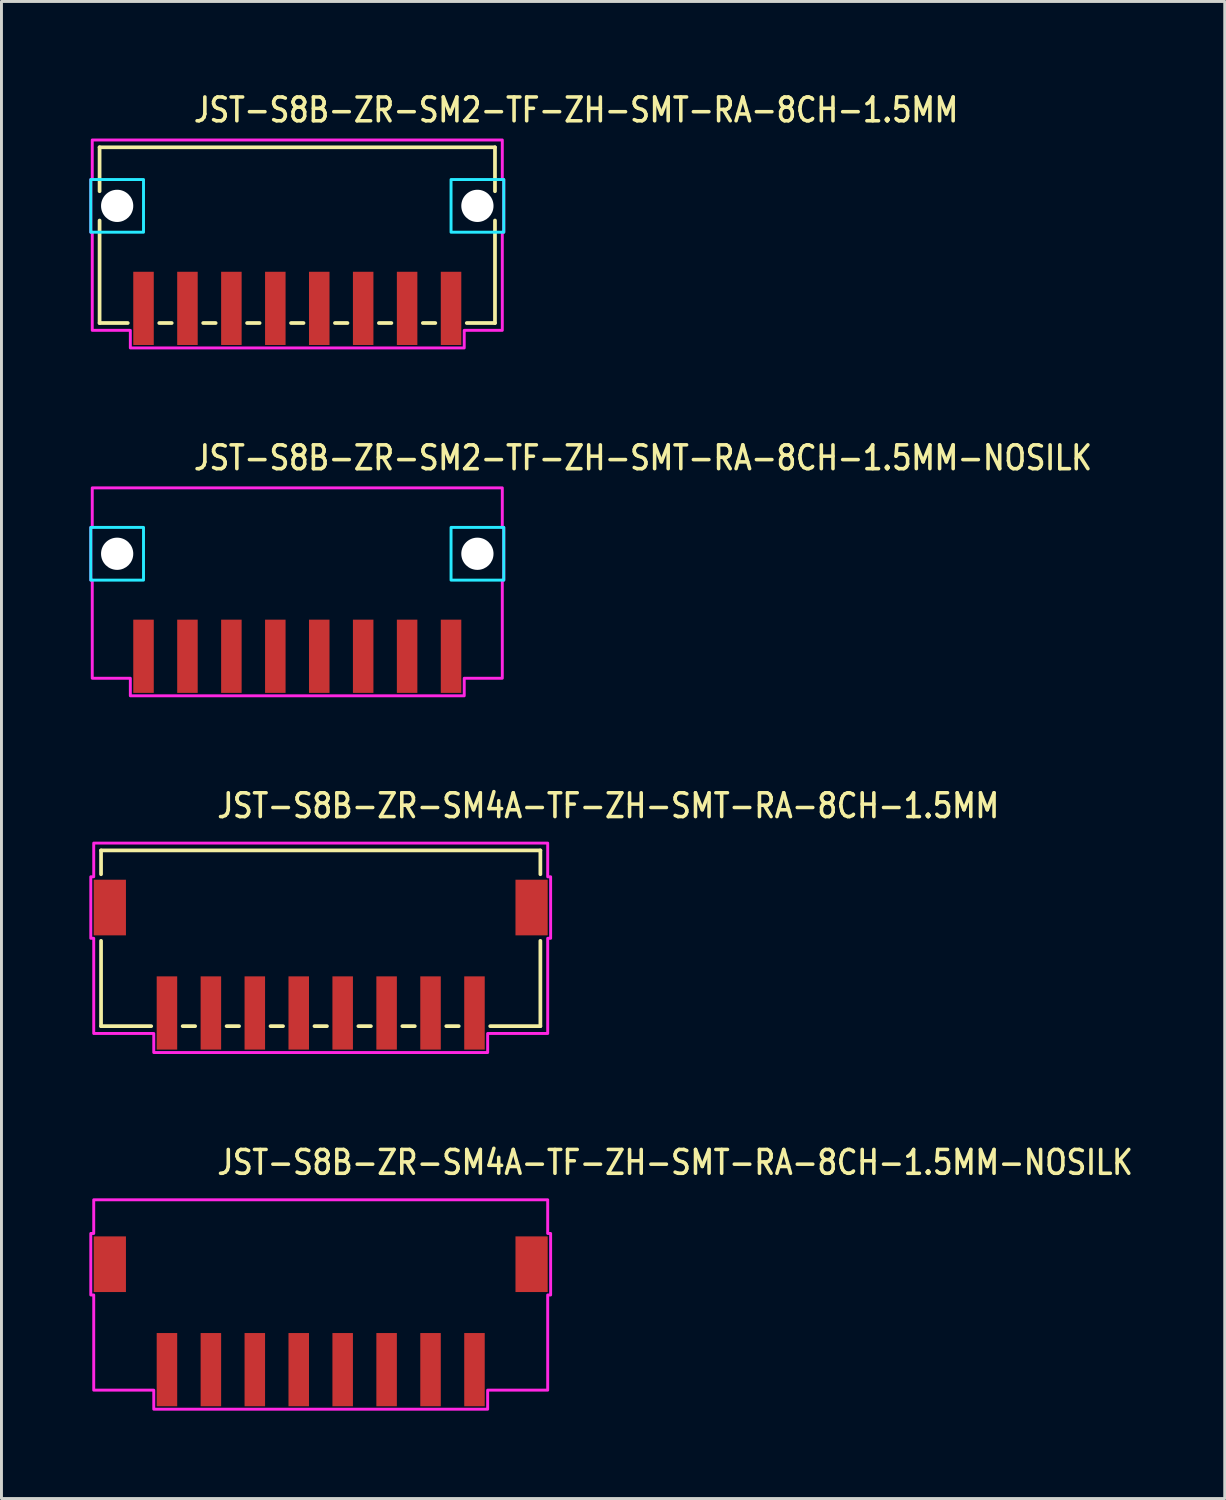
<source format=kicad_pcb>
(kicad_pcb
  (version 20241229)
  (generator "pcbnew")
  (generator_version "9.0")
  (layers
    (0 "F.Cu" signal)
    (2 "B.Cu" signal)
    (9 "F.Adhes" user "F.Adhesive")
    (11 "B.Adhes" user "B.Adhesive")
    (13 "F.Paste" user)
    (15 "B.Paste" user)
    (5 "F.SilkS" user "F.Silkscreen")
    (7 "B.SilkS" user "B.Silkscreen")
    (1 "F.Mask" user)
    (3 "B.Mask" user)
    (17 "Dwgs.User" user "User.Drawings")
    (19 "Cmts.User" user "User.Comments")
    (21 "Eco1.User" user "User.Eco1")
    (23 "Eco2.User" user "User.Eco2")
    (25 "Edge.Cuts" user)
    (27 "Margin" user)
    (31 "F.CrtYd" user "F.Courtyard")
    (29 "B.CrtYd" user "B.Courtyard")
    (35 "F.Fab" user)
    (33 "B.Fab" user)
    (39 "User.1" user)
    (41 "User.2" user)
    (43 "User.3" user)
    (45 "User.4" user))
  (footprint "JST-S8B-ZR-SM4A-TF-ZH-SMT-RA-8CH-1.5MM-NOSILK"
    (layer "F.Cu")
    (at 7.9 40.114)
    (property "Reference" "JST-S8B-ZR-SM4A-TF-ZH-SMT-RA-8CH-1.5MM-NOSILK" (at -3.6 -3 0) (unlocked yes) (layer "F.SilkS") (effects (font (size 0.813 0.695) (thickness 0.122)) (justify left bottom)))
    (fp_poly (pts (xy -7.75 -2.2) (xy -7.75 -1.05) (xy -7.85 -1.05) (xy -7.85 1.05) (xy -7.75 1.05) (xy -7.75 4.3) (xy -5.7 4.3) (xy -5.7 4.95) (xy 5.7 4.95) (xy 5.7 4.3) (xy 7.75 4.3) (xy 7.75 1.05) (xy 7.85 1.05) (xy 7.85 -1.05) (xy 7.75 -1.05) (xy 7.75 -2.2)) (stroke (width 0.1) (type solid)) (fill no) (layer "F.CrtYd"))
    (pad "P$1" smd rect (at 5.25 3.6) (size 0.7 2.5) (layers "F.Cu" "F.Mask" "F.Paste"))
    (pad "P$2" smd rect (at 3.75 3.6) (size 0.7 2.5) (layers "F.Cu" "F.Mask" "F.Paste"))
    (pad "P$3" smd rect (at 2.25 3.6) (size 0.7 2.5) (layers "F.Cu" "F.Mask" "F.Paste"))
    (pad "P$4" smd rect (at 0.75 3.6) (size 0.7 2.5) (layers "F.Cu" "F.Mask" "F.Paste"))
    (pad "P$5" smd rect (at -0.75 3.6) (size 0.7 2.5) (layers "F.Cu" "F.Mask" "F.Paste"))
    (pad "P$6" smd rect (at -2.25 3.6) (size 0.7 2.5) (layers "F.Cu" "F.Mask" "F.Paste"))
    (pad "P$7" smd rect (at -3.75 3.6) (size 0.7 2.5) (layers "F.Cu" "F.Mask" "F.Paste"))
    (pad "P$8" smd rect (at -5.25 3.6) (size 0.7 2.5) (layers "F.Cu" "F.Mask" "F.Paste"))
    (pad "S$1" smd rect (at -7.2 0) (size 1.1 1.9) (layers "F.Cu" "F.Mask" "F.Paste"))
    (pad "S$2" smd rect (at 7.2 0) (size 1.1 1.9) (layers "F.Cu" "F.Mask" "F.Paste")))
  (footprint "JST-S8B-ZR-SM4A-TF-ZH-SMT-RA-8CH-1.5MM"
    (layer "F.Cu")
    (at 7.9 27.936)
    (property "Reference" "JST-S8B-ZR-SM4A-TF-ZH-SMT-RA-8CH-1.5MM" (at -3.6 -3 0) (unlocked yes) (layer "F.SilkS") (effects (font (size 0.813 0.695) (thickness 0.122)) (justify left bottom)))
    (fp_line (start -7.5 -1.95) (end -7.5 -1.137) (stroke (width 0.127) (type solid)) (layer "F.SilkS"))
    (fp_line (start -7.5 -1.95) (end 7.5 -1.95) (stroke (width 0.127) (type solid)) (layer "F.SilkS"))
    (fp_line (start -7.5 4.05) (end -7.5 1.137) (stroke (width 0.127) (type solid)) (layer "F.SilkS"))
    (fp_line (start -7.5 4.05) (end -5.787 4.05) (stroke (width 0.127) (type solid)) (layer "F.SilkS"))
    (fp_line (start -4.713 4.05) (end -4.287 4.05) (stroke (width 0.127) (type solid)) (layer "F.SilkS"))
    (fp_line (start -3.213 4.05) (end -2.787 4.05) (stroke (width 0.127) (type solid)) (layer "F.SilkS"))
    (fp_line (start -1.714 4.05) (end -1.286 4.05) (stroke (width 0.127) (type solid)) (layer "F.SilkS"))
    (fp_line (start -0.213 4.05) (end 0.213 4.05) (stroke (width 0.127) (type solid)) (layer "F.SilkS"))
    (fp_line (start 1.286 4.05) (end 1.714 4.05) (stroke (width 0.127) (type solid)) (layer "F.SilkS"))
    (fp_line (start 2.787 4.05) (end 3.213 4.05) (stroke (width 0.127) (type solid)) (layer "F.SilkS"))
    (fp_line (start 4.287 4.05) (end 4.713 4.05) (stroke (width 0.127) (type solid)) (layer "F.SilkS"))
    (fp_line (start 5.787 4.05) (end 7.5 4.05) (stroke (width 0.127) (type solid)) (layer "F.SilkS"))
    (fp_line (start 7.5 -1.137) (end 7.5 -1.95) (stroke (width 0.127) (type solid)) (layer "F.SilkS"))
    (fp_line (start 7.5 1.137) (end 7.5 4.05) (stroke (width 0.127) (type solid)) (layer "F.SilkS"))
    (fp_poly (pts (xy -7.75 -2.2) (xy -7.75 -1.05) (xy -7.85 -1.05) (xy -7.85 1.05) (xy -7.75 1.05) (xy -7.75 4.3) (xy -5.7 4.3) (xy -5.7 4.95) (xy 5.7 4.95) (xy 5.7 4.3) (xy 7.75 4.3) (xy 7.75 1.05) (xy 7.85 1.05) (xy 7.85 -1.05) (xy 7.75 -1.05) (xy 7.75 -2.2)) (stroke (width 0.1) (type solid)) (fill no) (layer "F.CrtYd"))
    (pad "P$1" smd rect (at 5.25 3.6) (size 0.7 2.5) (layers "F.Cu" "F.Mask" "F.Paste"))
    (pad "P$2" smd rect (at 3.75 3.6) (size 0.7 2.5) (layers "F.Cu" "F.Mask" "F.Paste"))
    (pad "P$3" smd rect (at 2.25 3.6) (size 0.7 2.5) (layers "F.Cu" "F.Mask" "F.Paste"))
    (pad "P$4" smd rect (at 0.75 3.6) (size 0.7 2.5) (layers "F.Cu" "F.Mask" "F.Paste"))
    (pad "P$5" smd rect (at -0.75 3.6) (size 0.7 2.5) (layers "F.Cu" "F.Mask" "F.Paste"))
    (pad "P$6" smd rect (at -2.25 3.6) (size 0.7 2.5) (layers "F.Cu" "F.Mask" "F.Paste"))
    (pad "P$7" smd rect (at -3.75 3.6) (size 0.7 2.5) (layers "F.Cu" "F.Mask" "F.Paste"))
    (pad "P$8" smd rect (at -5.25 3.6) (size 0.7 2.5) (layers "F.Cu" "F.Mask" "F.Paste"))
    (pad "S$1" smd rect (at -7.2 0) (size 1.1 1.9) (layers "F.Cu" "F.Mask" "F.Paste"))
    (pad "S$2" smd rect (at 7.2 0) (size 1.1 1.9) (layers "F.Cu" "F.Mask" "F.Paste")))
  (footprint "JST-S8B-ZR-SM2-TF-ZH-SMT-RA-8CH-1.5MM"
    (layer "F.Cu")
    (at 7.1 3.979)
    (property "Reference" "JST-S8B-ZR-SM2-TF-ZH-SMT-RA-8CH-1.5MM" (at -3.6 -2.8 0) (unlocked yes) (layer "F.SilkS") (effects (font (size 0.813 0.695) (thickness 0.122)) (justify left bottom)))
    (fp_line (start -6.75 -2) (end -6.75 -0.5) (stroke (width 0.127) (type solid)) (layer "F.SilkS"))
    (fp_line (start -6.75 -2) (end 6.75 -2) (stroke (width 0.127) (type solid)) (layer "F.SilkS"))
    (fp_line (start -6.75 4) (end -6.75 0.5) (stroke (width 0.127) (type solid)) (layer "F.SilkS"))
    (fp_line (start -6.75 4) (end -5.787 4) (stroke (width 0.127) (type solid)) (layer "F.SilkS"))
    (fp_line (start -4.713 4) (end -4.287 4) (stroke (width 0.127) (type solid)) (layer "F.SilkS"))
    (fp_line (start -3.213 4) (end -2.787 4) (stroke (width 0.127) (type solid)) (layer "F.SilkS"))
    (fp_line (start -1.714 4) (end -1.286 4) (stroke (width 0.127) (type solid)) (layer "F.SilkS"))
    (fp_line (start -0.213 4) (end 0.213 4) (stroke (width 0.127) (type solid)) (layer "F.SilkS"))
    (fp_line (start 1.286 4) (end 1.714 4) (stroke (width 0.127) (type solid)) (layer "F.SilkS"))
    (fp_line (start 2.787 4) (end 3.213 4) (stroke (width 0.127) (type solid)) (layer "F.SilkS"))
    (fp_line (start 4.287 4) (end 4.713 4) (stroke (width 0.127) (type solid)) (layer "F.SilkS"))
    (fp_line (start 5.787 4) (end 6.75 4) (stroke (width 0.127) (type solid)) (layer "F.SilkS"))
    (fp_line (start 6.75 -0.5) (end 6.75 -2) (stroke (width 0.127) (type solid)) (layer "F.SilkS"))
    (fp_line (start 6.75 0.5) (end 6.75 4) (stroke (width 0.127) (type solid)) (layer "F.SilkS"))
    (fp_poly (pts (xy -7.05 -0.9) (xy -7.05 0.9) (xy -5.25 0.9) (xy -5.25 -0.9)) (stroke (width 0.1) (type solid)) (fill no) (layer "B.CrtYd"))
    (fp_poly (pts (xy 7.05 -0.9) (xy 7.05 0.9) (xy 5.25 0.9) (xy 5.25 -0.9)) (stroke (width 0.1) (type solid)) (fill no) (layer "B.CrtYd"))
    (fp_poly (pts (xy -7 -2.25) (xy -7 -0.9) (xy -7.05 -0.9) (xy -7.05 0.9) (xy -7 0.9) (xy -7 4.25) (xy -5.7 4.25) (xy -5.7 4.85) (xy 5.7 4.85) (xy 5.7 4.25) (xy 7 4.25) (xy 7 0.9) (xy 7.05 0.9) (xy 7.05 -0.9) (xy 7 -0.9) (xy 7 -2.25)) (stroke (width 0.1) (type solid)) (fill no) (layer "F.CrtYd"))
    (pad "" np_thru_hole circle (at -6.15 0) (size 1.1 1.1) (drill 1.1) (layers "*.Cu" "*.Mask"))
    (pad "" np_thru_hole circle (at 6.15 0) (size 1.1 1.1) (drill 1.1) (layers "*.Cu" "*.Mask"))
    (pad "P$1" smd rect (at 5.25 3.5) (size 0.7 2.5) (layers "F.Cu" "F.Mask" "F.Paste"))
    (pad "P$2" smd rect (at 3.75 3.5) (size 0.7 2.5) (layers "F.Cu" "F.Mask" "F.Paste"))
    (pad "P$3" smd rect (at 2.25 3.5) (size 0.7 2.5) (layers "F.Cu" "F.Mask" "F.Paste"))
    (pad "P$4" smd rect (at 0.75 3.5) (size 0.7 2.5) (layers "F.Cu" "F.Mask" "F.Paste"))
    (pad "P$5" smd rect (at -0.75 3.5) (size 0.7 2.5) (layers "F.Cu" "F.Mask" "F.Paste"))
    (pad "P$6" smd rect (at -2.25 3.5) (size 0.7 2.5) (layers "F.Cu" "F.Mask" "F.Paste"))
    (pad "P$7" smd rect (at -3.75 3.5) (size 0.7 2.5) (layers "F.Cu" "F.Mask" "F.Paste"))
    (pad "P$8" smd rect (at -5.25 3.5) (size 0.7 2.5) (layers "F.Cu" "F.Mask" "F.Paste")))
  (footprint "JST-S8B-ZR-SM2-TF-ZH-SMT-RA-8CH-1.5MM-NOSILK"
    (layer "F.Cu")
    (at 7.1 15.857)
    (property "Reference" "JST-S8B-ZR-SM2-TF-ZH-SMT-RA-8CH-1.5MM-NOSILK" (at -3.6 -2.8 0) (unlocked yes) (layer "F.SilkS") (effects (font (size 0.813 0.695) (thickness 0.122)) (justify left bottom)))
    (fp_poly (pts (xy -7.05 -0.9) (xy -7.05 0.9) (xy -5.25 0.9) (xy -5.25 -0.9)) (stroke (width 0.1) (type solid)) (fill no) (layer "B.CrtYd"))
    (fp_poly (pts (xy 7.05 -0.9) (xy 7.05 0.9) (xy 5.25 0.9) (xy 5.25 -0.9)) (stroke (width 0.1) (type solid)) (fill no) (layer "B.CrtYd"))
    (fp_poly (pts (xy -7 -2.25) (xy -7 -0.9) (xy -7.05 -0.9) (xy -7.05 0.9) (xy -7 0.9) (xy -7 4.25) (xy -5.7 4.25) (xy -5.7 4.85) (xy 5.7 4.85) (xy 5.7 4.25) (xy 7 4.25) (xy 7 0.9) (xy 7.05 0.9) (xy 7.05 -0.9) (xy 7 -0.9) (xy 7 -2.25)) (stroke (width 0.1) (type solid)) (fill no) (layer "F.CrtYd"))
    (pad "" np_thru_hole circle (at -6.15 0) (size 1.1 1.1) (drill 1.1) (layers "*.Cu" "*.Mask"))
    (pad "" np_thru_hole circle (at 6.15 0) (size 1.1 1.1) (drill 1.1) (layers "*.Cu" "*.Mask"))
    (pad "P$1" smd rect (at 5.25 3.5) (size 0.7 2.5) (layers "F.Cu" "F.Mask" "F.Paste"))
    (pad "P$2" smd rect (at 3.75 3.5) (size 0.7 2.5) (layers "F.Cu" "F.Mask" "F.Paste"))
    (pad "P$3" smd rect (at 2.25 3.5) (size 0.7 2.5) (layers "F.Cu" "F.Mask" "F.Paste"))
    (pad "P$4" smd rect (at 0.75 3.5) (size 0.7 2.5) (layers "F.Cu" "F.Mask" "F.Paste"))
    (pad "P$5" smd rect (at -0.75 3.5) (size 0.7 2.5) (layers "F.Cu" "F.Mask" "F.Paste"))
    (pad "P$6" smd rect (at -2.25 3.5) (size 0.7 2.5) (layers "F.Cu" "F.Mask" "F.Paste"))
    (pad "P$7" smd rect (at -3.75 3.5) (size 0.7 2.5) (layers "F.Cu" "F.Mask" "F.Paste"))
    (pad "P$8" smd rect (at -5.25 3.5) (size 0.7 2.5) (layers "F.Cu" "F.Mask" "F.Paste")))
  (gr_rect
    (start -3 -3)
    (end 38.766 48.114)
    (stroke (width 0.1) (type default))
    (fill no)
    (layer "Edge.Cuts")))
</source>
